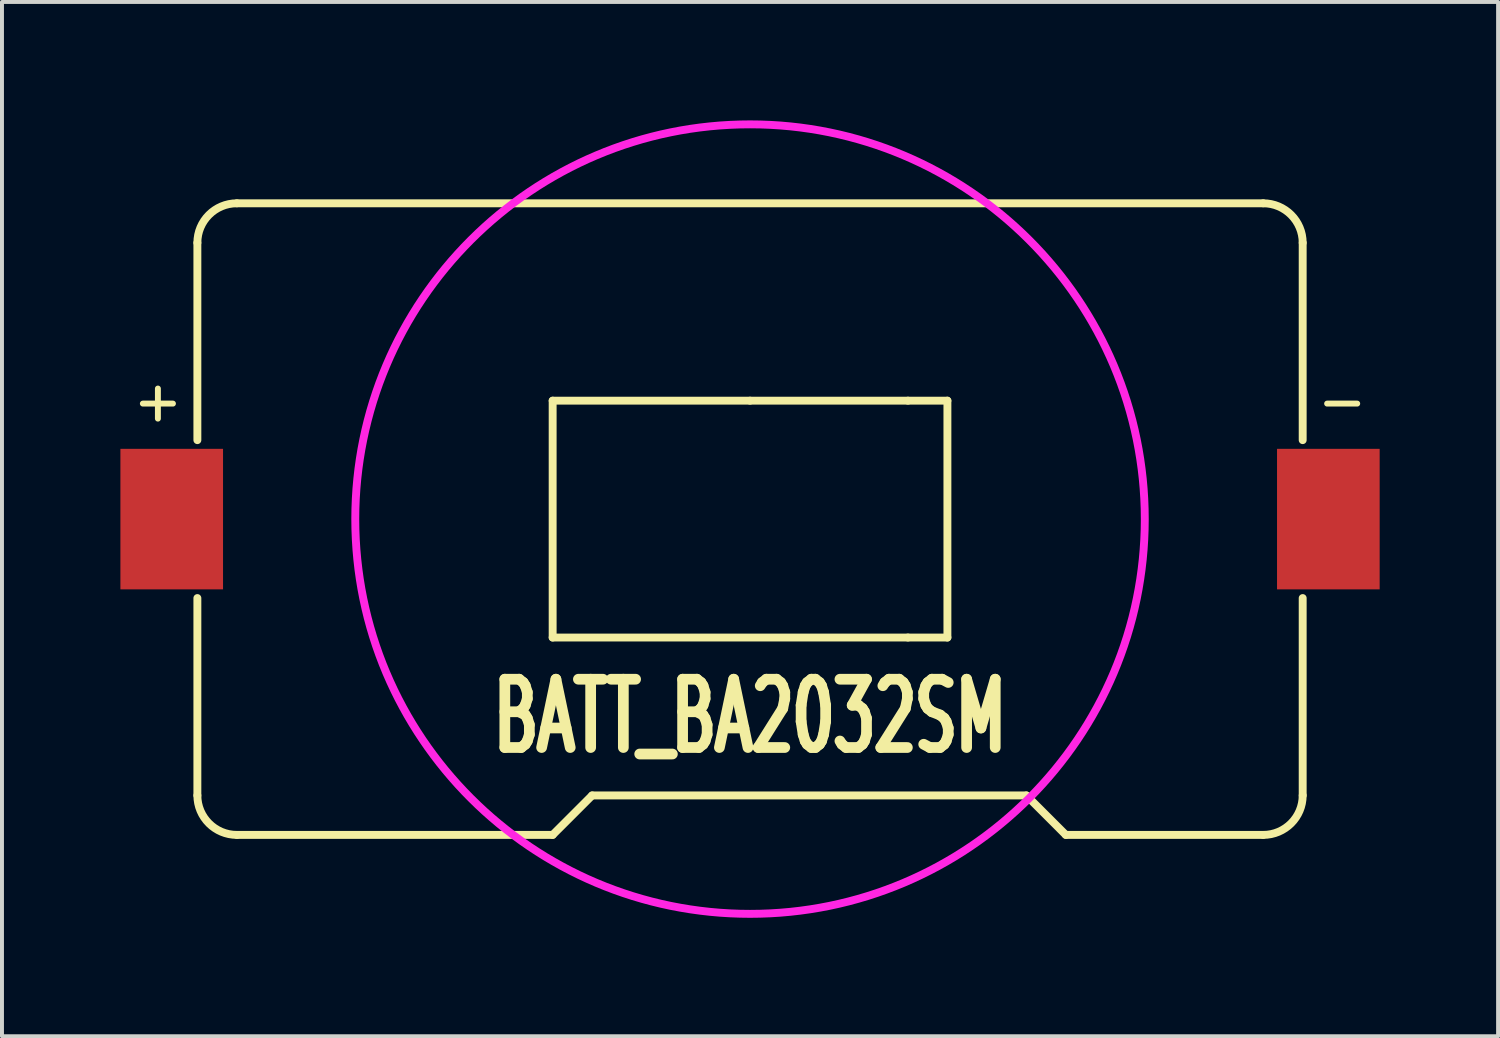
<source format=kicad_pcb>
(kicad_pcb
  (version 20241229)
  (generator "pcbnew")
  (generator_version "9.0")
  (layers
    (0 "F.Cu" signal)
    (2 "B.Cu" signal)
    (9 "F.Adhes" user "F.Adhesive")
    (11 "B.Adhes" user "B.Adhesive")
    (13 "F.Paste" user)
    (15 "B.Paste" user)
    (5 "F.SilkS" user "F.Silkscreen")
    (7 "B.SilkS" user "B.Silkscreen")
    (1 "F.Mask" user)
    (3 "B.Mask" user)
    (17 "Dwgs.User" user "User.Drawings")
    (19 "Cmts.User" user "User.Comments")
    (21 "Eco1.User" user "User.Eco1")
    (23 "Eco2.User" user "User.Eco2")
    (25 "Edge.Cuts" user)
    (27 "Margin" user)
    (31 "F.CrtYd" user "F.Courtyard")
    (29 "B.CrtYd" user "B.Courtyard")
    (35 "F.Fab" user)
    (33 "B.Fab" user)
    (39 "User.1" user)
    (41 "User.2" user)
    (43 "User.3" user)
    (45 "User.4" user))
  (footprint "BATT_BA2032SM"
    (layer "F.Cu")
    (at 15.95 10.1)
    (property "Reference" "BATT_BA2032SM" (at 0 5 0) (layer "F.SilkS") (effects (font (size 1.73 1.087) (thickness 0.272))))
    (attr through_hole)
    (fp_line (start -14 -2) (end -14 -7) (stroke (width 0.2) (type solid)) (layer "F.SilkS"))
    (fp_line (start -14 2) (end -14 7) (stroke (width 0.2) (type solid)) (layer "F.SilkS"))
    (fp_line (start -13 -8) (end 13 -8) (stroke (width 0.2) (type solid)) (layer "F.SilkS"))
    (fp_line (start -5 -3) (end -5 3) (stroke (width 0.2) (type solid)) (layer "F.SilkS"))
    (fp_line (start -5 3) (end 4 3) (stroke (width 0.2) (type solid)) (layer "F.SilkS"))
    (fp_line (start -5 8) (end -13 8) (stroke (width 0.2) (type solid)) (layer "F.SilkS"))
    (fp_line (start -5 8) (end -4 7) (stroke (width 0.2) (type solid)) (layer "F.SilkS"))
    (fp_line (start -4 7) (end 7 7) (stroke (width 0.2) (type solid)) (layer "F.SilkS"))
    (fp_line (start 0 -3) (end -5 -3) (stroke (width 0.2) (type solid)) (layer "F.SilkS"))
    (fp_line (start 4 -3) (end 0 -3) (stroke (width 0.2) (type solid)) (layer "F.SilkS"))
    (fp_line (start 4 3) (end 5 3) (stroke (width 0.2) (type solid)) (layer "F.SilkS"))
    (fp_line (start 5 -3) (end 4 -3) (stroke (width 0.2) (type solid)) (layer "F.SilkS"))
    (fp_line (start 5 3) (end 5 -3) (stroke (width 0.2) (type solid)) (layer "F.SilkS"))
    (fp_line (start 7 7) (end 8 8) (stroke (width 0.2) (type solid)) (layer "F.SilkS"))
    (fp_line (start 8 8) (end 13 8) (stroke (width 0.2) (type solid)) (layer "F.SilkS"))
    (fp_line (start 14 -2) (end 14 -7) (stroke (width 0.2) (type solid)) (layer "F.SilkS"))
    (fp_line (start 14 2) (end 14 7) (stroke (width 0.2) (type solid)) (layer "F.SilkS"))
    (fp_arc (start -14 -7) (mid -13.707107 -7.707107) (end -13 -8) (stroke (width 0.2) (type solid)) (layer "F.SilkS"))
    (fp_arc (start -13 8) (mid -13.707107 7.707107) (end -14 7) (stroke (width 0.2) (type solid)) (layer "F.SilkS"))
    (fp_arc (start 13 -8) (mid 13.707107 -7.707107) (end 14 -7) (stroke (width 0.2) (type solid)) (layer "F.SilkS"))
    (fp_arc (start 14 7) (mid 13.707107 7.707107) (end 13 8) (stroke (width 0.2) (type solid)) (layer "F.SilkS"))
    (fp_circle (center 0 0) (end 0 -10) (stroke (width 0.2) (type solid)) (fill no) (layer "F.CrtYd"))
    (fp_text user "+" (at -15 -3 0) (layer "F.SilkS") (effects (font (size 1 1) (thickness 0.15))))
    (fp_text user "-" (at 15 -3 0) (layer "F.SilkS") (effects (font (size 1 1) (thickness 0.15))))
    (pad "1" smd rect (at -14.65 0) (size 2.6 3.56) (layers "F.Cu" "F.Mask" "F.Paste"))
    (pad "2" smd rect (at 14.65 0) (size 2.6 3.56) (layers "F.Cu" "F.Mask" "F.Paste")))
  (gr_rect
    (start -3 -3)
    (end 34.9 23.2)
    (stroke (width 0.1) (type default))
    (fill no)
    (layer "Edge.Cuts")))
</source>
